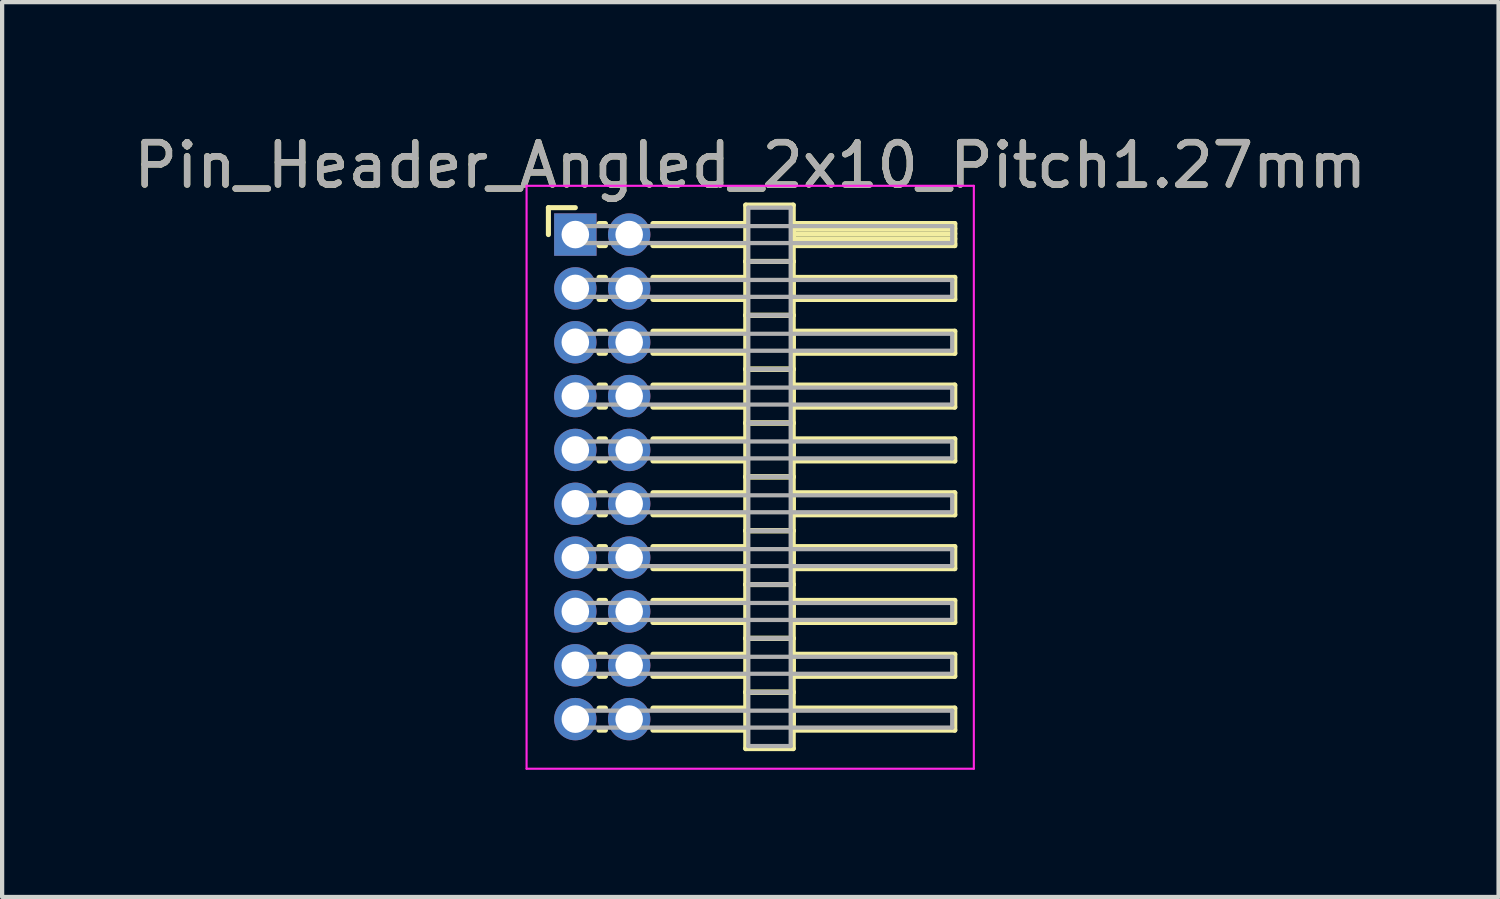
<source format=kicad_pcb>
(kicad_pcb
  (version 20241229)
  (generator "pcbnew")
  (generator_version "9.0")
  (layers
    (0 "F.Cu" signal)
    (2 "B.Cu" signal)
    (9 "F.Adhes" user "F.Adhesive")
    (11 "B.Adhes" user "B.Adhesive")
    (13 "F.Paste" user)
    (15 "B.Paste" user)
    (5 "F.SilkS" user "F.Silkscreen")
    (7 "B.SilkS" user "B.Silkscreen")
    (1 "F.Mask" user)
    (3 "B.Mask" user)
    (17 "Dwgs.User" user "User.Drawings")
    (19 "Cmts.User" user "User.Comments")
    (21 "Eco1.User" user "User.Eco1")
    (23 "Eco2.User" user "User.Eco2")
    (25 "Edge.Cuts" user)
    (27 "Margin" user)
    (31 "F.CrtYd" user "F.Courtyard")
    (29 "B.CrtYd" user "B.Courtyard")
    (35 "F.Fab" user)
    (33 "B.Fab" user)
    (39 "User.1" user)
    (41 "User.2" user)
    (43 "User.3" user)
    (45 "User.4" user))
  (footprint "Pin_Header_Angled_2x10_Pitch1.27mm"
    (layer "F.Cu")
    (at 10.521 2.483)
    (property "Reference" "Pin_Header_Angled_2x10_Pitch1.27mm" (at 4.128 -1.635 0) (layer "F.SilkS") (effects (font (size 1 1) (thickness 0.15))))
    (attr through_hole)
    (fp_line (start -0.635 -0.635) (end 0 -0.635) (stroke (width 0.12) (type solid)) (layer "F.SilkS"))
    (fp_line (start -0.635 0) (end -0.635 -0.635) (stroke (width 0.12) (type solid)) (layer "F.SilkS"))
    (fp_line (start 0.56 -0.26) (end 0.71 -0.26) (stroke (width 0.12) (type solid)) (layer "F.SilkS"))
    (fp_line (start 0.56 0.26) (end 0.71 0.26) (stroke (width 0.12) (type solid)) (layer "F.SilkS"))
    (fp_line (start 0.56 1.01) (end 0.71 1.01) (stroke (width 0.12) (type solid)) (layer "F.SilkS"))
    (fp_line (start 0.56 1.53) (end 0.71 1.53) (stroke (width 0.12) (type solid)) (layer "F.SilkS"))
    (fp_line (start 0.56 2.28) (end 0.71 2.28) (stroke (width 0.12) (type solid)) (layer "F.SilkS"))
    (fp_line (start 0.56 2.8) (end 0.71 2.8) (stroke (width 0.12) (type solid)) (layer "F.SilkS"))
    (fp_line (start 0.56 3.55) (end 0.71 3.55) (stroke (width 0.12) (type solid)) (layer "F.SilkS"))
    (fp_line (start 0.56 4.07) (end 0.71 4.07) (stroke (width 0.12) (type solid)) (layer "F.SilkS"))
    (fp_line (start 0.56 4.82) (end 0.71 4.82) (stroke (width 0.12) (type solid)) (layer "F.SilkS"))
    (fp_line (start 0.56 5.34) (end 0.71 5.34) (stroke (width 0.12) (type solid)) (layer "F.SilkS"))
    (fp_line (start 0.56 6.09) (end 0.71 6.09) (stroke (width 0.12) (type solid)) (layer "F.SilkS"))
    (fp_line (start 0.56 6.61) (end 0.71 6.61) (stroke (width 0.12) (type solid)) (layer "F.SilkS"))
    (fp_line (start 0.56 7.36) (end 0.71 7.36) (stroke (width 0.12) (type solid)) (layer "F.SilkS"))
    (fp_line (start 0.56 7.88) (end 0.71 7.88) (stroke (width 0.12) (type solid)) (layer "F.SilkS"))
    (fp_line (start 0.56 8.63) (end 0.71 8.63) (stroke (width 0.12) (type solid)) (layer "F.SilkS"))
    (fp_line (start 0.56 9.15) (end 0.71 9.15) (stroke (width 0.12) (type solid)) (layer "F.SilkS"))
    (fp_line (start 0.56 9.9) (end 0.71 9.9) (stroke (width 0.12) (type solid)) (layer "F.SilkS"))
    (fp_line (start 0.56 10.42) (end 0.71 10.42) (stroke (width 0.12) (type solid)) (layer "F.SilkS"))
    (fp_line (start 0.56 11.17) (end 0.71 11.17) (stroke (width 0.12) (type solid)) (layer "F.SilkS"))
    (fp_line (start 0.56 11.69) (end 0.71 11.69) (stroke (width 0.12) (type solid)) (layer "F.SilkS"))
    (fp_line (start 1.83 -0.26) (end 4.02 -0.26) (stroke (width 0.12) (type solid)) (layer "F.SilkS"))
    (fp_line (start 1.83 0.26) (end 4.02 0.26) (stroke (width 0.12) (type solid)) (layer "F.SilkS"))
    (fp_line (start 1.83 1.01) (end 4.02 1.01) (stroke (width 0.12) (type solid)) (layer "F.SilkS"))
    (fp_line (start 1.83 1.53) (end 4.02 1.53) (stroke (width 0.12) (type solid)) (layer "F.SilkS"))
    (fp_line (start 1.83 2.28) (end 4.02 2.28) (stroke (width 0.12) (type solid)) (layer "F.SilkS"))
    (fp_line (start 1.83 2.8) (end 4.02 2.8) (stroke (width 0.12) (type solid)) (layer "F.SilkS"))
    (fp_line (start 1.83 3.55) (end 4.02 3.55) (stroke (width 0.12) (type solid)) (layer "F.SilkS"))
    (fp_line (start 1.83 4.07) (end 4.02 4.07) (stroke (width 0.12) (type solid)) (layer "F.SilkS"))
    (fp_line (start 1.83 4.82) (end 4.02 4.82) (stroke (width 0.12) (type solid)) (layer "F.SilkS"))
    (fp_line (start 1.83 5.34) (end 4.02 5.34) (stroke (width 0.12) (type solid)) (layer "F.SilkS"))
    (fp_line (start 1.83 6.09) (end 4.02 6.09) (stroke (width 0.12) (type solid)) (layer "F.SilkS"))
    (fp_line (start 1.83 6.61) (end 4.02 6.61) (stroke (width 0.12) (type solid)) (layer "F.SilkS"))
    (fp_line (start 1.83 7.36) (end 4.02 7.36) (stroke (width 0.12) (type solid)) (layer "F.SilkS"))
    (fp_line (start 1.83 7.88) (end 4.02 7.88) (stroke (width 0.12) (type solid)) (layer "F.SilkS"))
    (fp_line (start 1.83 8.63) (end 4.02 8.63) (stroke (width 0.12) (type solid)) (layer "F.SilkS"))
    (fp_line (start 1.83 9.15) (end 4.02 9.15) (stroke (width 0.12) (type solid)) (layer "F.SilkS"))
    (fp_line (start 1.83 9.9) (end 4.02 9.9) (stroke (width 0.12) (type solid)) (layer "F.SilkS"))
    (fp_line (start 1.83 10.42) (end 4.02 10.42) (stroke (width 0.12) (type solid)) (layer "F.SilkS"))
    (fp_line (start 1.83 11.17) (end 4.02 11.17) (stroke (width 0.12) (type solid)) (layer "F.SilkS"))
    (fp_line (start 1.83 11.69) (end 4.02 11.69) (stroke (width 0.12) (type solid)) (layer "F.SilkS"))
    (fp_line (start 4.02 -0.695) (end 4.02 0.635) (stroke (width 0.12) (type solid)) (layer "F.SilkS"))
    (fp_line (start 4.02 0.635) (end 4.02 1.905) (stroke (width 0.12) (type solid)) (layer "F.SilkS"))
    (fp_line (start 4.02 0.635) (end 5.14 0.635) (stroke (width 0.12) (type solid)) (layer "F.SilkS"))
    (fp_line (start 4.02 1.905) (end 4.02 3.175) (stroke (width 0.12) (type solid)) (layer "F.SilkS"))
    (fp_line (start 4.02 1.905) (end 5.14 1.905) (stroke (width 0.12) (type solid)) (layer "F.SilkS"))
    (fp_line (start 4.02 3.175) (end 4.02 4.445) (stroke (width 0.12) (type solid)) (layer "F.SilkS"))
    (fp_line (start 4.02 3.175) (end 5.14 3.175) (stroke (width 0.12) (type solid)) (layer "F.SilkS"))
    (fp_line (start 4.02 4.445) (end 4.02 5.715) (stroke (width 0.12) (type solid)) (layer "F.SilkS"))
    (fp_line (start 4.02 4.445) (end 5.14 4.445) (stroke (width 0.12) (type solid)) (layer "F.SilkS"))
    (fp_line (start 4.02 5.715) (end 4.02 6.985) (stroke (width 0.12) (type solid)) (layer "F.SilkS"))
    (fp_line (start 4.02 5.715) (end 5.14 5.715) (stroke (width 0.12) (type solid)) (layer "F.SilkS"))
    (fp_line (start 4.02 6.985) (end 4.02 8.255) (stroke (width 0.12) (type solid)) (layer "F.SilkS"))
    (fp_line (start 4.02 6.985) (end 5.14 6.985) (stroke (width 0.12) (type solid)) (layer "F.SilkS"))
    (fp_line (start 4.02 8.255) (end 4.02 9.525) (stroke (width 0.12) (type solid)) (layer "F.SilkS"))
    (fp_line (start 4.02 8.255) (end 5.14 8.255) (stroke (width 0.12) (type solid)) (layer "F.SilkS"))
    (fp_line (start 4.02 9.525) (end 4.02 10.795) (stroke (width 0.12) (type solid)) (layer "F.SilkS"))
    (fp_line (start 4.02 9.525) (end 5.14 9.525) (stroke (width 0.12) (type solid)) (layer "F.SilkS"))
    (fp_line (start 4.02 10.795) (end 4.02 12.125) (stroke (width 0.12) (type solid)) (layer "F.SilkS"))
    (fp_line (start 4.02 10.795) (end 5.14 10.795) (stroke (width 0.12) (type solid)) (layer "F.SilkS"))
    (fp_line (start 4.02 12.125) (end 5.14 12.125) (stroke (width 0.12) (type solid)) (layer "F.SilkS"))
    (fp_line (start 5.14 -0.695) (end 4.02 -0.695) (stroke (width 0.12) (type solid)) (layer "F.SilkS"))
    (fp_line (start 5.14 -0.26) (end 5.14 0.26) (stroke (width 0.12) (type solid)) (layer "F.SilkS"))
    (fp_line (start 5.14 -0.14) (end 8.95 -0.14) (stroke (width 0.12) (type solid)) (layer "F.SilkS"))
    (fp_line (start 5.14 -0.02) (end 8.95 -0.02) (stroke (width 0.12) (type solid)) (layer "F.SilkS"))
    (fp_line (start 5.14 0.1) (end 8.95 0.1) (stroke (width 0.12) (type solid)) (layer "F.SilkS"))
    (fp_line (start 5.14 0.22) (end 8.95 0.22) (stroke (width 0.12) (type solid)) (layer "F.SilkS"))
    (fp_line (start 5.14 0.26) (end 8.95 0.26) (stroke (width 0.12) (type solid)) (layer "F.SilkS"))
    (fp_line (start 5.14 0.635) (end 4.02 0.635) (stroke (width 0.12) (type solid)) (layer "F.SilkS"))
    (fp_line (start 5.14 0.635) (end 5.14 -0.695) (stroke (width 0.12) (type solid)) (layer "F.SilkS"))
    (fp_line (start 5.14 1.01) (end 5.14 1.53) (stroke (width 0.12) (type solid)) (layer "F.SilkS"))
    (fp_line (start 5.14 1.53) (end 8.95 1.53) (stroke (width 0.12) (type solid)) (layer "F.SilkS"))
    (fp_line (start 5.14 1.905) (end 4.02 1.905) (stroke (width 0.12) (type solid)) (layer "F.SilkS"))
    (fp_line (start 5.14 1.905) (end 5.14 0.635) (stroke (width 0.12) (type solid)) (layer "F.SilkS"))
    (fp_line (start 5.14 2.28) (end 5.14 2.8) (stroke (width 0.12) (type solid)) (layer "F.SilkS"))
    (fp_line (start 5.14 2.8) (end 8.95 2.8) (stroke (width 0.12) (type solid)) (layer "F.SilkS"))
    (fp_line (start 5.14 3.175) (end 4.02 3.175) (stroke (width 0.12) (type solid)) (layer "F.SilkS"))
    (fp_line (start 5.14 3.175) (end 5.14 1.905) (stroke (width 0.12) (type solid)) (layer "F.SilkS"))
    (fp_line (start 5.14 3.55) (end 5.14 4.07) (stroke (width 0.12) (type solid)) (layer "F.SilkS"))
    (fp_line (start 5.14 4.07) (end 8.95 4.07) (stroke (width 0.12) (type solid)) (layer "F.SilkS"))
    (fp_line (start 5.14 4.445) (end 4.02 4.445) (stroke (width 0.12) (type solid)) (layer "F.SilkS"))
    (fp_line (start 5.14 4.445) (end 5.14 3.175) (stroke (width 0.12) (type solid)) (layer "F.SilkS"))
    (fp_line (start 5.14 4.82) (end 5.14 5.34) (stroke (width 0.12) (type solid)) (layer "F.SilkS"))
    (fp_line (start 5.14 5.34) (end 8.95 5.34) (stroke (width 0.12) (type solid)) (layer "F.SilkS"))
    (fp_line (start 5.14 5.715) (end 4.02 5.715) (stroke (width 0.12) (type solid)) (layer "F.SilkS"))
    (fp_line (start 5.14 5.715) (end 5.14 4.445) (stroke (width 0.12) (type solid)) (layer "F.SilkS"))
    (fp_line (start 5.14 6.09) (end 5.14 6.61) (stroke (width 0.12) (type solid)) (layer "F.SilkS"))
    (fp_line (start 5.14 6.61) (end 8.95 6.61) (stroke (width 0.12) (type solid)) (layer "F.SilkS"))
    (fp_line (start 5.14 6.985) (end 4.02 6.985) (stroke (width 0.12) (type solid)) (layer "F.SilkS"))
    (fp_line (start 5.14 6.985) (end 5.14 5.715) (stroke (width 0.12) (type solid)) (layer "F.SilkS"))
    (fp_line (start 5.14 7.36) (end 5.14 7.88) (stroke (width 0.12) (type solid)) (layer "F.SilkS"))
    (fp_line (start 5.14 7.88) (end 8.95 7.88) (stroke (width 0.12) (type solid)) (layer "F.SilkS"))
    (fp_line (start 5.14 8.255) (end 4.02 8.255) (stroke (width 0.12) (type solid)) (layer "F.SilkS"))
    (fp_line (start 5.14 8.255) (end 5.14 6.985) (stroke (width 0.12) (type solid)) (layer "F.SilkS"))
    (fp_line (start 5.14 8.63) (end 5.14 9.15) (stroke (width 0.12) (type solid)) (layer "F.SilkS"))
    (fp_line (start 5.14 9.15) (end 8.95 9.15) (stroke (width 0.12) (type solid)) (layer "F.SilkS"))
    (fp_line (start 5.14 9.525) (end 4.02 9.525) (stroke (width 0.12) (type solid)) (layer "F.SilkS"))
    (fp_line (start 5.14 9.525) (end 5.14 8.255) (stroke (width 0.12) (type solid)) (layer "F.SilkS"))
    (fp_line (start 5.14 9.9) (end 5.14 10.42) (stroke (width 0.12) (type solid)) (layer "F.SilkS"))
    (fp_line (start 5.14 10.42) (end 8.95 10.42) (stroke (width 0.12) (type solid)) (layer "F.SilkS"))
    (fp_line (start 5.14 10.795) (end 4.02 10.795) (stroke (width 0.12) (type solid)) (layer "F.SilkS"))
    (fp_line (start 5.14 10.795) (end 5.14 9.525) (stroke (width 0.12) (type solid)) (layer "F.SilkS"))
    (fp_line (start 5.14 11.17) (end 5.14 11.69) (stroke (width 0.12) (type solid)) (layer "F.SilkS"))
    (fp_line (start 5.14 11.69) (end 8.95 11.69) (stroke (width 0.12) (type solid)) (layer "F.SilkS"))
    (fp_line (start 5.14 12.125) (end 5.14 10.795) (stroke (width 0.12) (type solid)) (layer "F.SilkS"))
    (fp_line (start 8.95 -0.26) (end 5.14 -0.26) (stroke (width 0.12) (type solid)) (layer "F.SilkS"))
    (fp_line (start 8.95 0.26) (end 8.95 -0.26) (stroke (width 0.12) (type solid)) (layer "F.SilkS"))
    (fp_line (start 8.95 1.01) (end 5.14 1.01) (stroke (width 0.12) (type solid)) (layer "F.SilkS"))
    (fp_line (start 8.95 1.53) (end 8.95 1.01) (stroke (width 0.12) (type solid)) (layer "F.SilkS"))
    (fp_line (start 8.95 2.28) (end 5.14 2.28) (stroke (width 0.12) (type solid)) (layer "F.SilkS"))
    (fp_line (start 8.95 2.8) (end 8.95 2.28) (stroke (width 0.12) (type solid)) (layer "F.SilkS"))
    (fp_line (start 8.95 3.55) (end 5.14 3.55) (stroke (width 0.12) (type solid)) (layer "F.SilkS"))
    (fp_line (start 8.95 4.07) (end 8.95 3.55) (stroke (width 0.12) (type solid)) (layer "F.SilkS"))
    (fp_line (start 8.95 4.82) (end 5.14 4.82) (stroke (width 0.12) (type solid)) (layer "F.SilkS"))
    (fp_line (start 8.95 5.34) (end 8.95 4.82) (stroke (width 0.12) (type solid)) (layer "F.SilkS"))
    (fp_line (start 8.95 6.09) (end 5.14 6.09) (stroke (width 0.12) (type solid)) (layer "F.SilkS"))
    (fp_line (start 8.95 6.61) (end 8.95 6.09) (stroke (width 0.12) (type solid)) (layer "F.SilkS"))
    (fp_line (start 8.95 7.36) (end 5.14 7.36) (stroke (width 0.12) (type solid)) (layer "F.SilkS"))
    (fp_line (start 8.95 7.88) (end 8.95 7.36) (stroke (width 0.12) (type solid)) (layer "F.SilkS"))
    (fp_line (start 8.95 8.63) (end 5.14 8.63) (stroke (width 0.12) (type solid)) (layer "F.SilkS"))
    (fp_line (start 8.95 9.15) (end 8.95 8.63) (stroke (width 0.12) (type solid)) (layer "F.SilkS"))
    (fp_line (start 8.95 9.9) (end 5.14 9.9) (stroke (width 0.12) (type solid)) (layer "F.SilkS"))
    (fp_line (start 8.95 10.42) (end 8.95 9.9) (stroke (width 0.12) (type solid)) (layer "F.SilkS"))
    (fp_line (start 8.95 11.17) (end 5.14 11.17) (stroke (width 0.12) (type solid)) (layer "F.SilkS"))
    (fp_line (start 8.95 11.69) (end 8.95 11.17) (stroke (width 0.12) (type solid)) (layer "F.SilkS"))
    (fp_line (start -1.15 -1.15) (end -1.15 12.6) (stroke (width 0.05) (type solid)) (layer "F.CrtYd"))
    (fp_line (start -1.15 12.6) (end 9.4 12.6) (stroke (width 0.05) (type solid)) (layer "F.CrtYd"))
    (fp_line (start 9.4 -1.15) (end -1.15 -1.15) (stroke (width 0.05) (type solid)) (layer "F.CrtYd"))
    (fp_line (start 9.4 12.6) (end 9.4 -1.15) (stroke (width 0.05) (type solid)) (layer "F.CrtYd"))
    (fp_line (start 0 -0.2) (end 0 0.2) (stroke (width 0.1) (type solid)) (layer "F.Fab"))
    (fp_line (start 0 0.2) (end 8.89 0.2) (stroke (width 0.1) (type solid)) (layer "F.Fab"))
    (fp_line (start 0 1.07) (end 0 1.47) (stroke (width 0.1) (type solid)) (layer "F.Fab"))
    (fp_line (start 0 1.47) (end 8.89 1.47) (stroke (width 0.1) (type solid)) (layer "F.Fab"))
    (fp_line (start 0 2.34) (end 0 2.74) (stroke (width 0.1) (type solid)) (layer "F.Fab"))
    (fp_line (start 0 2.74) (end 8.89 2.74) (stroke (width 0.1) (type solid)) (layer "F.Fab"))
    (fp_line (start 0 3.61) (end 0 4.01) (stroke (width 0.1) (type solid)) (layer "F.Fab"))
    (fp_line (start 0 4.01) (end 8.89 4.01) (stroke (width 0.1) (type solid)) (layer "F.Fab"))
    (fp_line (start 0 4.88) (end 0 5.28) (stroke (width 0.1) (type solid)) (layer "F.Fab"))
    (fp_line (start 0 5.28) (end 8.89 5.28) (stroke (width 0.1) (type solid)) (layer "F.Fab"))
    (fp_line (start 0 6.15) (end 0 6.55) (stroke (width 0.1) (type solid)) (layer "F.Fab"))
    (fp_line (start 0 6.55) (end 8.89 6.55) (stroke (width 0.1) (type solid)) (layer "F.Fab"))
    (fp_line (start 0 7.42) (end 0 7.82) (stroke (width 0.1) (type solid)) (layer "F.Fab"))
    (fp_line (start 0 7.82) (end 8.89 7.82) (stroke (width 0.1) (type solid)) (layer "F.Fab"))
    (fp_line (start 0 8.69) (end 0 9.09) (stroke (width 0.1) (type solid)) (layer "F.Fab"))
    (fp_line (start 0 9.09) (end 8.89 9.09) (stroke (width 0.1) (type solid)) (layer "F.Fab"))
    (fp_line (start 0 9.96) (end 0 10.36) (stroke (width 0.1) (type solid)) (layer "F.Fab"))
    (fp_line (start 0 10.36) (end 8.89 10.36) (stroke (width 0.1) (type solid)) (layer "F.Fab"))
    (fp_line (start 0 11.23) (end 0 11.63) (stroke (width 0.1) (type solid)) (layer "F.Fab"))
    (fp_line (start 0 11.63) (end 8.89 11.63) (stroke (width 0.1) (type solid)) (layer "F.Fab"))
    (fp_line (start 4.08 -0.635) (end 4.08 0.635) (stroke (width 0.1) (type solid)) (layer "F.Fab"))
    (fp_line (start 4.08 0.635) (end 4.08 1.905) (stroke (width 0.1) (type solid)) (layer "F.Fab"))
    (fp_line (start 4.08 0.635) (end 5.08 0.635) (stroke (width 0.1) (type solid)) (layer "F.Fab"))
    (fp_line (start 4.08 1.905) (end 4.08 3.175) (stroke (width 0.1) (type solid)) (layer "F.Fab"))
    (fp_line (start 4.08 1.905) (end 5.08 1.905) (stroke (width 0.1) (type solid)) (layer "F.Fab"))
    (fp_line (start 4.08 3.175) (end 4.08 4.445) (stroke (width 0.1) (type solid)) (layer "F.Fab"))
    (fp_line (start 4.08 3.175) (end 5.08 3.175) (stroke (width 0.1) (type solid)) (layer "F.Fab"))
    (fp_line (start 4.08 4.445) (end 4.08 5.715) (stroke (width 0.1) (type solid)) (layer "F.Fab"))
    (fp_line (start 4.08 4.445) (end 5.08 4.445) (stroke (width 0.1) (type solid)) (layer "F.Fab"))
    (fp_line (start 4.08 5.715) (end 4.08 6.985) (stroke (width 0.1) (type solid)) (layer "F.Fab"))
    (fp_line (start 4.08 5.715) (end 5.08 5.715) (stroke (width 0.1) (type solid)) (layer "F.Fab"))
    (fp_line (start 4.08 6.985) (end 4.08 8.255) (stroke (width 0.1) (type solid)) (layer "F.Fab"))
    (fp_line (start 4.08 6.985) (end 5.08 6.985) (stroke (width 0.1) (type solid)) (layer "F.Fab"))
    (fp_line (start 4.08 8.255) (end 4.08 9.525) (stroke (width 0.1) (type solid)) (layer "F.Fab"))
    (fp_line (start 4.08 8.255) (end 5.08 8.255) (stroke (width 0.1) (type solid)) (layer "F.Fab"))
    (fp_line (start 4.08 9.525) (end 4.08 10.795) (stroke (width 0.1) (type solid)) (layer "F.Fab"))
    (fp_line (start 4.08 9.525) (end 5.08 9.525) (stroke (width 0.1) (type solid)) (layer "F.Fab"))
    (fp_line (start 4.08 10.795) (end 4.08 12.065) (stroke (width 0.1) (type solid)) (layer "F.Fab"))
    (fp_line (start 4.08 10.795) (end 5.08 10.795) (stroke (width 0.1) (type solid)) (layer "F.Fab"))
    (fp_line (start 4.08 12.065) (end 5.08 12.065) (stroke (width 0.1) (type solid)) (layer "F.Fab"))
    (fp_line (start 5.08 -0.635) (end 4.08 -0.635) (stroke (width 0.1) (type solid)) (layer "F.Fab"))
    (fp_line (start 5.08 0.635) (end 4.08 0.635) (stroke (width 0.1) (type solid)) (layer "F.Fab"))
    (fp_line (start 5.08 0.635) (end 5.08 -0.635) (stroke (width 0.1) (type solid)) (layer "F.Fab"))
    (fp_line (start 5.08 1.905) (end 4.08 1.905) (stroke (width 0.1) (type solid)) (layer "F.Fab"))
    (fp_line (start 5.08 1.905) (end 5.08 0.635) (stroke (width 0.1) (type solid)) (layer "F.Fab"))
    (fp_line (start 5.08 3.175) (end 4.08 3.175) (stroke (width 0.1) (type solid)) (layer "F.Fab"))
    (fp_line (start 5.08 3.175) (end 5.08 1.905) (stroke (width 0.1) (type solid)) (layer "F.Fab"))
    (fp_line (start 5.08 4.445) (end 4.08 4.445) (stroke (width 0.1) (type solid)) (layer "F.Fab"))
    (fp_line (start 5.08 4.445) (end 5.08 3.175) (stroke (width 0.1) (type solid)) (layer "F.Fab"))
    (fp_line (start 5.08 5.715) (end 4.08 5.715) (stroke (width 0.1) (type solid)) (layer "F.Fab"))
    (fp_line (start 5.08 5.715) (end 5.08 4.445) (stroke (width 0.1) (type solid)) (layer "F.Fab"))
    (fp_line (start 5.08 6.985) (end 4.08 6.985) (stroke (width 0.1) (type solid)) (layer "F.Fab"))
    (fp_line (start 5.08 6.985) (end 5.08 5.715) (stroke (width 0.1) (type solid)) (layer "F.Fab"))
    (fp_line (start 5.08 8.255) (end 4.08 8.255) (stroke (width 0.1) (type solid)) (layer "F.Fab"))
    (fp_line (start 5.08 8.255) (end 5.08 6.985) (stroke (width 0.1) (type solid)) (layer "F.Fab"))
    (fp_line (start 5.08 9.525) (end 4.08 9.525) (stroke (width 0.1) (type solid)) (layer "F.Fab"))
    (fp_line (start 5.08 9.525) (end 5.08 8.255) (stroke (width 0.1) (type solid)) (layer "F.Fab"))
    (fp_line (start 5.08 10.795) (end 4.08 10.795) (stroke (width 0.1) (type solid)) (layer "F.Fab"))
    (fp_line (start 5.08 10.795) (end 5.08 9.525) (stroke (width 0.1) (type solid)) (layer "F.Fab"))
    (fp_line (start 5.08 12.065) (end 5.08 10.795) (stroke (width 0.1) (type solid)) (layer "F.Fab"))
    (fp_line (start 8.89 -0.2) (end 0 -0.2) (stroke (width 0.1) (type solid)) (layer "F.Fab"))
    (fp_line (start 8.89 0.2) (end 8.89 -0.2) (stroke (width 0.1) (type solid)) (layer "F.Fab"))
    (fp_line (start 8.89 1.07) (end 0 1.07) (stroke (width 0.1) (type solid)) (layer "F.Fab"))
    (fp_line (start 8.89 1.47) (end 8.89 1.07) (stroke (width 0.1) (type solid)) (layer "F.Fab"))
    (fp_line (start 8.89 2.34) (end 0 2.34) (stroke (width 0.1) (type solid)) (layer "F.Fab"))
    (fp_line (start 8.89 2.74) (end 8.89 2.34) (stroke (width 0.1) (type solid)) (layer "F.Fab"))
    (fp_line (start 8.89 3.61) (end 0 3.61) (stroke (width 0.1) (type solid)) (layer "F.Fab"))
    (fp_line (start 8.89 4.01) (end 8.89 3.61) (stroke (width 0.1) (type solid)) (layer "F.Fab"))
    (fp_line (start 8.89 4.88) (end 0 4.88) (stroke (width 0.1) (type solid)) (layer "F.Fab"))
    (fp_line (start 8.89 5.28) (end 8.89 4.88) (stroke (width 0.1) (type solid)) (layer "F.Fab"))
    (fp_line (start 8.89 6.15) (end 0 6.15) (stroke (width 0.1) (type solid)) (layer "F.Fab"))
    (fp_line (start 8.89 6.55) (end 8.89 6.15) (stroke (width 0.1) (type solid)) (layer "F.Fab"))
    (fp_line (start 8.89 7.42) (end 0 7.42) (stroke (width 0.1) (type solid)) (layer "F.Fab"))
    (fp_line (start 8.89 7.82) (end 8.89 7.42) (stroke (width 0.1) (type solid)) (layer "F.Fab"))
    (fp_line (start 8.89 8.69) (end 0 8.69) (stroke (width 0.1) (type solid)) (layer "F.Fab"))
    (fp_line (start 8.89 9.09) (end 8.89 8.69) (stroke (width 0.1) (type solid)) (layer "F.Fab"))
    (fp_line (start 8.89 9.96) (end 0 9.96) (stroke (width 0.1) (type solid)) (layer "F.Fab"))
    (fp_line (start 8.89 10.36) (end 8.89 9.96) (stroke (width 0.1) (type solid)) (layer "F.Fab"))
    (fp_line (start 8.89 11.23) (end 0 11.23) (stroke (width 0.1) (type solid)) (layer "F.Fab"))
    (fp_line (start 8.89 11.63) (end 8.89 11.23) (stroke (width 0.1) (type solid)) (layer "F.Fab"))
    (fp_text user "${REFERENCE}" (at 4.128 -1.635 0) (layer "F.Fab") (effects (font (size 1 1) (thickness 0.15))))
    (pad "1" thru_hole rect (at 0 0) (size 1 1) (drill 0.65) (layers "*.Cu" "*.Mask"))
    (pad "2" thru_hole oval (at 1.27 0) (size 1 1) (drill 0.65) (layers "*.Cu" "*.Mask"))
    (pad "3" thru_hole oval (at 0 1.27) (size 1 1) (drill 0.65) (layers "*.Cu" "*.Mask"))
    (pad "4" thru_hole oval (at 1.27 1.27) (size 1 1) (drill 0.65) (layers "*.Cu" "*.Mask"))
    (pad "5" thru_hole oval (at 0 2.54) (size 1 1) (drill 0.65) (layers "*.Cu" "*.Mask"))
    (pad "6" thru_hole oval (at 1.27 2.54) (size 1 1) (drill 0.65) (layers "*.Cu" "*.Mask"))
    (pad "7" thru_hole oval (at 0 3.81) (size 1 1) (drill 0.65) (layers "*.Cu" "*.Mask"))
    (pad "8" thru_hole oval (at 1.27 3.81) (size 1 1) (drill 0.65) (layers "*.Cu" "*.Mask"))
    (pad "9" thru_hole oval (at 0 5.08) (size 1 1) (drill 0.65) (layers "*.Cu" "*.Mask"))
    (pad "10" thru_hole oval (at 1.27 5.08) (size 1 1) (drill 0.65) (layers "*.Cu" "*.Mask"))
    (pad "11" thru_hole oval (at 0 6.35) (size 1 1) (drill 0.65) (layers "*.Cu" "*.Mask"))
    (pad "12" thru_hole oval (at 1.27 6.35) (size 1 1) (drill 0.65) (layers "*.Cu" "*.Mask"))
    (pad "13" thru_hole oval (at 0 7.62) (size 1 1) (drill 0.65) (layers "*.Cu" "*.Mask"))
    (pad "14" thru_hole oval (at 1.27 7.62) (size 1 1) (drill 0.65) (layers "*.Cu" "*.Mask"))
    (pad "15" thru_hole oval (at 0 8.89) (size 1 1) (drill 0.65) (layers "*.Cu" "*.Mask"))
    (pad "16" thru_hole oval (at 1.27 8.89) (size 1 1) (drill 0.65) (layers "*.Cu" "*.Mask"))
    (pad "17" thru_hole oval (at 0 10.16) (size 1 1) (drill 0.65) (layers "*.Cu" "*.Mask"))
    (pad "18" thru_hole oval (at 1.27 10.16) (size 1 1) (drill 0.65) (layers "*.Cu" "*.Mask"))
    (pad "19" thru_hole oval (at 0 11.43) (size 1 1) (drill 0.65) (layers "*.Cu" "*.Mask"))
    (pad "20" thru_hole oval (at 1.27 11.43) (size 1 1) (drill 0.65) (layers "*.Cu" "*.Mask")))
  (gr_rect
    (start -3 -3)
    (end 32.298 18.108)
    (stroke (width 0.1) (type default))
    (fill no)
    (layer "Edge.Cuts")))
</source>
